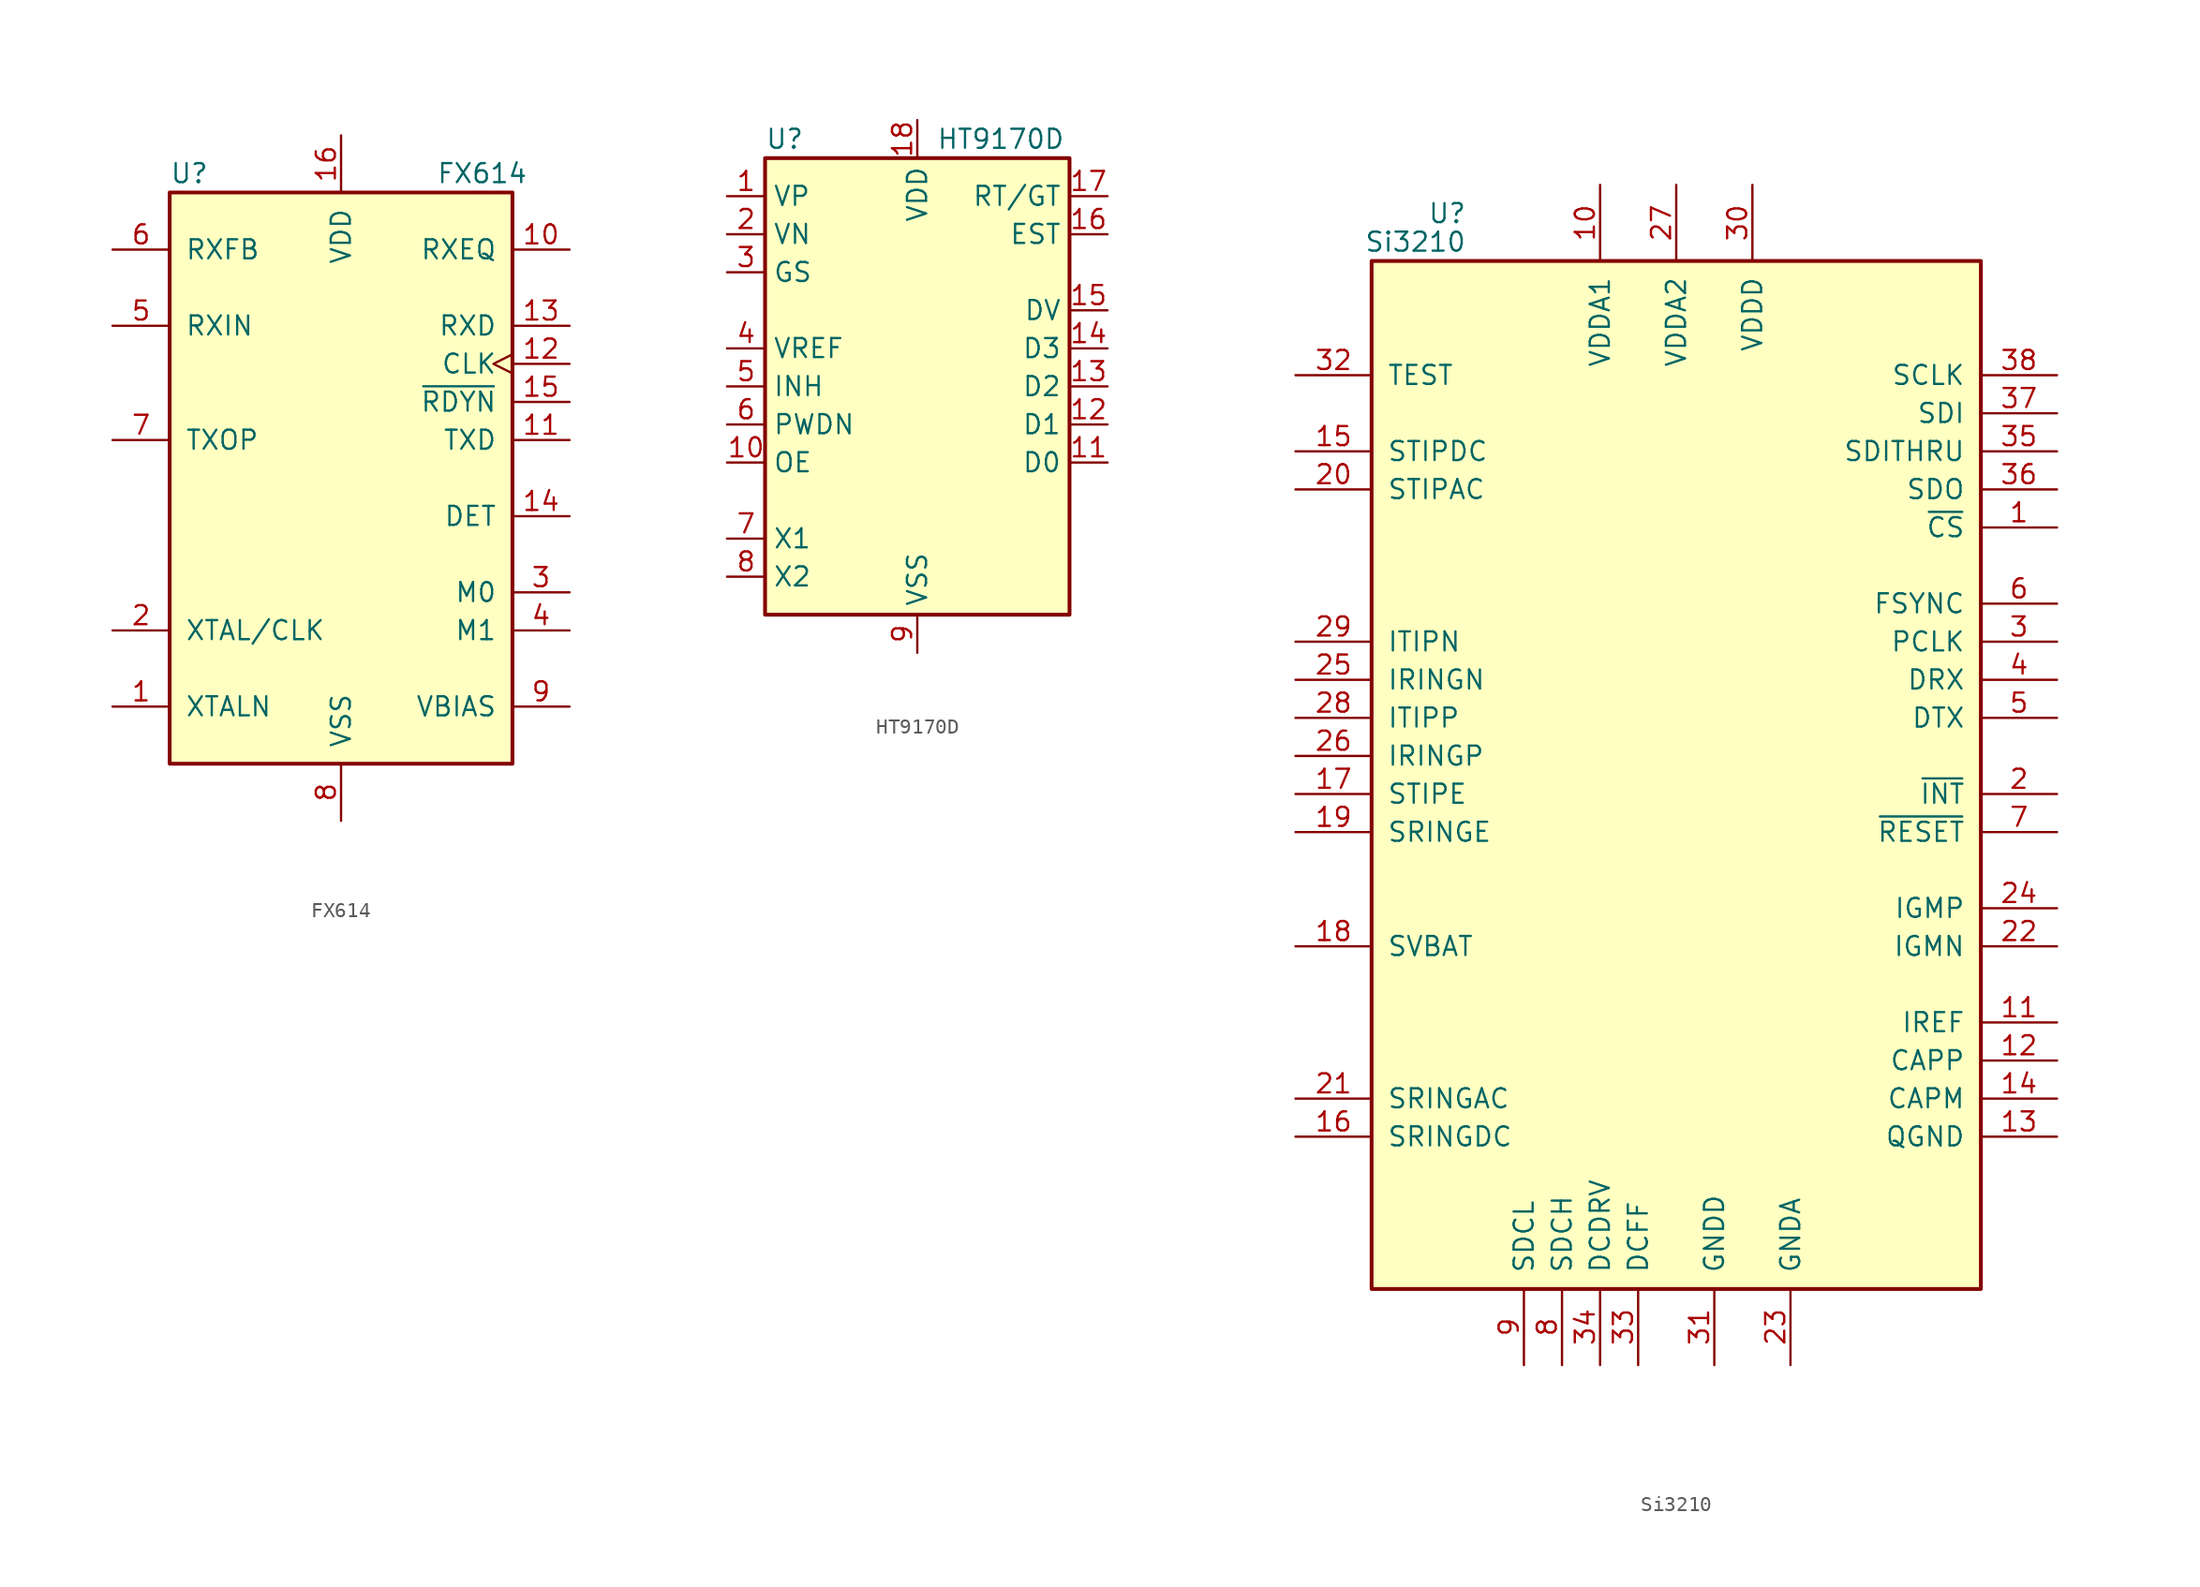
<source format=kicad_sym>
(kicad_symbol_lib
  (version 20241209)
  (generator "kicad_symbol_editor")
  (generator_version "9.0")
  (symbol "FX614"
    (pin_names
      (offset 1.016))
    (property "Reference" "U"
      (at -11.43 20.32 0)
      (effects (font (size 1.27 1.27)) (justify left)))
    (property "Value" "FX614"
      (at 6.35 20.32 0)
      (effects (font (size 1.27 1.27)) (justify left)))
    (symbol "FX614_0_1"
      (rectangle (start -11.43 19.05) (end 11.43 -19.05) (stroke (width 0.254) (type default)) (fill (type background))))
    (symbol "FX614_1_1"
      (pin output line (at -15.24 15.24 0) (length 3.81) (name "RXFB" (effects (font (size 1.27 1.27)))) (number "6" (effects (font (size 1.27 1.27)))))
      (pin input line (at -15.24 10.16 0) (length 3.81) (name "RXIN" (effects (font (size 1.27 1.27)))) (number "5" (effects (font (size 1.27 1.27)))))
      (pin output line (at -15.24 2.54 0) (length 3.81) (name "TXOP" (effects (font (size 1.27 1.27)))) (number "7" (effects (font (size 1.27 1.27)))))
      (pin input line (at -15.24 -10.16 0) (length 3.81) (name "XTAL/CLK" (effects (font (size 1.27 1.27)))) (number "2" (effects (font (size 1.27 1.27)))))
      (pin output line (at -15.24 -15.24 0) (length 3.81) (name "XTALN" (effects (font (size 1.27 1.27)))) (number "1" (effects (font (size 1.27 1.27)))))
      (pin power_in line (at 0 22.86 270) (length 3.81) (name "VDD" (effects (font (size 1.27 1.27)))) (number "16" (effects (font (size 1.27 1.27)))))
      (pin power_in line (at 0 -22.86 90) (length 3.81) (name "VSS" (effects (font (size 1.27 1.27)))) (number "8" (effects (font (size 1.27 1.27)))))
      (pin input line (at 15.24 15.24 180) (length 3.81) (name "RXEQ" (effects (font (size 1.27 1.27)))) (number "10" (effects (font (size 1.27 1.27)))))
      (pin output line (at 15.24 10.16 180) (length 3.81) (name "RXD" (effects (font (size 1.27 1.27)))) (number "13" (effects (font (size 1.27 1.27)))))
      (pin input clock (at 15.24 7.62 180) (length 3.81) (name "CLK" (effects (font (size 1.27 1.27)))) (number "12" (effects (font (size 1.27 1.27)))))
      (pin output line (at 15.24 5.08 180) (length 3.81) (name "~{RDYN}" (effects (font (size 1.27 1.27)))) (number "15" (effects (font (size 1.27 1.27)))))
      (pin input line (at 15.24 2.54 180) (length 3.81) (name "TXD" (effects (font (size 1.27 1.27)))) (number "11" (effects (font (size 1.27 1.27)))))
      (pin output line (at 15.24 -2.54 180) (length 3.81) (name "DET" (effects (font (size 1.27 1.27)))) (number "14" (effects (font (size 1.27 1.27)))))
      (pin input line (at 15.24 -7.62 180) (length 3.81) (name "M0" (effects (font (size 1.27 1.27)))) (number "3" (effects (font (size 1.27 1.27)))))
      (pin input line (at 15.24 -10.16 180) (length 3.81) (name "M1" (effects (font (size 1.27 1.27)))) (number "4" (effects (font (size 1.27 1.27)))))
      (pin passive line (at 15.24 -15.24 180) (length 3.81) (name "VBIAS" (effects (font (size 1.27 1.27)))) (number "9" (effects (font (size 1.27 1.27)))))))
  (symbol "HT9170D"
    (property "Reference" "U"
      (at -10.16 16.51 0)
      (effects (font (size 1.27 1.27)) (justify left)))
    (property "Value" "HT9170D"
      (at 1.27 16.51 0)
      (effects (font (size 1.27 1.27)) (justify left)))
    (symbol "HT9170D_0_1"
      (rectangle (start -10.16 15.24) (end 10.16 -15.24) (stroke (width 0.254) (type default)) (fill (type background))))
    (symbol "HT9170D_1_1"
      (pin input line (at -12.7 12.7 0) (length 2.54) (name "VP" (effects (font (size 1.27 1.27)))) (number "1" (effects (font (size 1.27 1.27)))))
      (pin input line (at -12.7 10.16 0) (length 2.54) (name "VN" (effects (font (size 1.27 1.27)))) (number "2" (effects (font (size 1.27 1.27)))))
      (pin output line (at -12.7 7.62 0) (length 2.54) (name "GS" (effects (font (size 1.27 1.27)))) (number "3" (effects (font (size 1.27 1.27)))))
      (pin power_out line (at -12.7 2.54 0) (length 2.54) (name "VREF" (effects (font (size 1.27 1.27)))) (number "4" (effects (font (size 1.27 1.27)))))
      (pin input line (at -12.7 0 0) (length 2.54) (name "INH" (effects (font (size 1.27 1.27)))) (number "5" (effects (font (size 1.27 1.27)))))
      (pin input line (at -12.7 -2.54 0) (length 2.54) (name "PWDN" (effects (font (size 1.27 1.27)))) (number "6" (effects (font (size 1.27 1.27)))))
      (pin input line (at -12.7 -5.08 0) (length 2.54) (name "OE" (effects (font (size 1.27 1.27)))) (number "10" (effects (font (size 1.27 1.27)))))
      (pin input line (at -12.7 -10.16 0) (length 2.54) (name "X1" (effects (font (size 1.27 1.27)))) (number "7" (effects (font (size 1.27 1.27)))))
      (pin output line (at -12.7 -12.7 0) (length 2.54) (name "X2" (effects (font (size 1.27 1.27)))) (number "8" (effects (font (size 1.27 1.27)))))
      (pin power_in line (at 0 17.78 270) (length 2.54) (name "VDD" (effects (font (size 1.27 1.27)))) (number "18" (effects (font (size 1.27 1.27)))))
      (pin power_in line (at 0 -17.78 90) (length 2.54) (name "VSS" (effects (font (size 1.27 1.27)))) (number "9" (effects (font (size 1.27 1.27)))))
      (pin bidirectional line (at 12.7 12.7 180) (length 2.54) (name "RT/GT" (effects (font (size 1.27 1.27)))) (number "17" (effects (font (size 1.27 1.27)))))
      (pin output line (at 12.7 10.16 180) (length 2.54) (name "EST" (effects (font (size 1.27 1.27)))) (number "16" (effects (font (size 1.27 1.27)))))
      (pin output line (at 12.7 5.08 180) (length 2.54) (name "DV" (effects (font (size 1.27 1.27)))) (number "15" (effects (font (size 1.27 1.27)))))
      (pin tri_state line (at 12.7 2.54 180) (length 2.54) (name "D3" (effects (font (size 1.27 1.27)))) (number "14" (effects (font (size 1.27 1.27)))))
      (pin tri_state line (at 12.7 0 180) (length 2.54) (name "D2" (effects (font (size 1.27 1.27)))) (number "13" (effects (font (size 1.27 1.27)))))
      (pin tri_state line (at 12.7 -2.54 180) (length 2.54) (name "D1" (effects (font (size 1.27 1.27)))) (number "12" (effects (font (size 1.27 1.27)))))
      (pin tri_state line (at 12.7 -5.08 180) (length 2.54) (name "D0" (effects (font (size 1.27 1.27)))) (number "11" (effects (font (size 1.27 1.27)))))))
  (symbol "Si3210"
    (pin_names
      (offset 1.016))
    (property "Reference" "U"
      (at -13.97 36.195 0)
      (effects (font (size 1.27 1.27)) (justify right)))
    (property "Value" "Si3210"
      (at -13.97 34.29 0)
      (effects (font (size 1.27 1.27)) (justify right)))
    (symbol "Si3210_0_1"
      (rectangle (start -20.32 33.02) (end 20.32 -35.56) (stroke (width 0.254) (type default)) (fill (type background))))
    (symbol "Si3210_1_1"
      (pin input line (at -25.4 25.4 0) (length 5.08) (name "TEST" (effects (font (size 1.27 1.27)))) (number "32" (effects (font (size 1.27 1.27)))))
      (pin input line (at -25.4 20.32 0) (length 5.08) (name "STIPDC" (effects (font (size 1.27 1.27)))) (number "15" (effects (font (size 1.27 1.27)))))
      (pin input line (at -25.4 17.78 0) (length 5.08) (name "STIPAC" (effects (font (size 1.27 1.27)))) (number "20" (effects (font (size 1.27 1.27)))))
      (pin input line (at -25.4 7.62 0) (length 5.08) (name "ITIPN" (effects (font (size 1.27 1.27)))) (number "29" (effects (font (size 1.27 1.27)))))
      (pin input line (at -25.4 5.08 0) (length 5.08) (name "IRINGN" (effects (font (size 1.27 1.27)))) (number "25" (effects (font (size 1.27 1.27)))))
      (pin input line (at -25.4 2.54 0) (length 5.08) (name "ITIPP" (effects (font (size 1.27 1.27)))) (number "28" (effects (font (size 1.27 1.27)))))
      (pin input line (at -25.4 0 0) (length 5.08) (name "IRINGP" (effects (font (size 1.27 1.27)))) (number "26" (effects (font (size 1.27 1.27)))))
      (pin input line (at -25.4 -2.54 0) (length 5.08) (name "STIPE" (effects (font (size 1.27 1.27)))) (number "17" (effects (font (size 1.27 1.27)))))
      (pin input line (at -25.4 -5.08 0) (length 5.08) (name "SRINGE" (effects (font (size 1.27 1.27)))) (number "19" (effects (font (size 1.27 1.27)))))
      (pin input line (at -25.4 -12.7 0) (length 5.08) (name "SVBAT" (effects (font (size 1.27 1.27)))) (number "18" (effects (font (size 1.27 1.27)))))
      (pin input line (at -25.4 -22.86 0) (length 5.08) (name "SRINGAC" (effects (font (size 1.27 1.27)))) (number "21" (effects (font (size 1.27 1.27)))))
      (pin input line (at -25.4 -25.4 0) (length 5.08) (name "SRINGDC" (effects (font (size 1.27 1.27)))) (number "16" (effects (font (size 1.27 1.27)))))
      (pin output line (at -10.16 -40.64 90) (length 5.08) (name "SDCL" (effects (font (size 1.27 1.27)))) (number "9" (effects (font (size 1.27 1.27)))))
      (pin output line (at -7.62 -40.64 90) (length 5.08) (name "SDCH" (effects (font (size 1.27 1.27)))) (number "8" (effects (font (size 1.27 1.27)))))
      (pin power_in line (at -5.08 38.1 270) (length 5.08) (name "VDDA1" (effects (font (size 1.27 1.27)))) (number "10" (effects (font (size 1.27 1.27)))))
      (pin output line (at -5.08 -40.64 90) (length 5.08) (name "DCDRV" (effects (font (size 1.27 1.27)))) (number "34" (effects (font (size 1.27 1.27)))))
      (pin output line (at -2.54 -40.64 90) (length 5.08) (name "DCFF" (effects (font (size 1.27 1.27)))) (number "33" (effects (font (size 1.27 1.27)))))
      (pin power_in line (at 0 38.1 270) (length 5.08) (name "VDDA2" (effects (font (size 1.27 1.27)))) (number "27" (effects (font (size 1.27 1.27)))))
      (pin power_in line (at 2.54 -40.64 90) (length 5.08) (name "GNDD" (effects (font (size 1.27 1.27)))) (number "31" (effects (font (size 1.27 1.27)))))
      (pin power_in line (at 5.08 38.1 270) (length 5.08) (name "VDDD" (effects (font (size 1.27 1.27)))) (number "30" (effects (font (size 1.27 1.27)))))
      (pin power_in line (at 7.62 -40.64 90) (length 5.08) (name "GNDA" (effects (font (size 1.27 1.27)))) (number "23" (effects (font (size 1.27 1.27)))))
      (pin input line (at 25.4 25.4 180) (length 5.08) (name "SCLK" (effects (font (size 1.27 1.27)))) (number "38" (effects (font (size 1.27 1.27)))))
      (pin input line (at 25.4 22.86 180) (length 5.08) (name "SDI" (effects (font (size 1.27 1.27)))) (number "37" (effects (font (size 1.27 1.27)))))
      (pin output line (at 25.4 20.32 180) (length 5.08) (name "SDITHRU" (effects (font (size 1.27 1.27)))) (number "35" (effects (font (size 1.27 1.27)))))
      (pin output line (at 25.4 17.78 180) (length 5.08) (name "SDO" (effects (font (size 1.27 1.27)))) (number "36" (effects (font (size 1.27 1.27)))))
      (pin input line (at 25.4 15.24 180) (length 5.08) (name "~{CS}" (effects (font (size 1.27 1.27)))) (number "1" (effects (font (size 1.27 1.27)))))
      (pin input line (at 25.4 10.16 180) (length 5.08) (name "FSYNC" (effects (font (size 1.27 1.27)))) (number "6" (effects (font (size 1.27 1.27)))))
      (pin input line (at 25.4 7.62 180) (length 5.08) (name "PCLK" (effects (font (size 1.27 1.27)))) (number "3" (effects (font (size 1.27 1.27)))))
      (pin input line (at 25.4 5.08 180) (length 5.08) (name "DRX" (effects (font (size 1.27 1.27)))) (number "4" (effects (font (size 1.27 1.27)))))
      (pin output line (at 25.4 2.54 180) (length 5.08) (name "DTX" (effects (font (size 1.27 1.27)))) (number "5" (effects (font (size 1.27 1.27)))))
      (pin output line (at 25.4 -2.54 180) (length 5.08) (name "~{INT}" (effects (font (size 1.27 1.27)))) (number "2" (effects (font (size 1.27 1.27)))))
      (pin input line (at 25.4 -5.08 180) (length 5.08) (name "~{RESET}" (effects (font (size 1.27 1.27)))) (number "7" (effects (font (size 1.27 1.27)))))
      (pin output line (at 25.4 -10.16 180) (length 5.08) (name "IGMP" (effects (font (size 1.27 1.27)))) (number "24" (effects (font (size 1.27 1.27)))))
      (pin output line (at 25.4 -12.7 180) (length 5.08) (name "IGMN" (effects (font (size 1.27 1.27)))) (number "22" (effects (font (size 1.27 1.27)))))
      (pin output line (at 25.4 -17.78 180) (length 5.08) (name "IREF" (effects (font (size 1.27 1.27)))) (number "11" (effects (font (size 1.27 1.27)))))
      (pin output line (at 25.4 -20.32 180) (length 5.08) (name "CAPP" (effects (font (size 1.27 1.27)))) (number "12" (effects (font (size 1.27 1.27)))))
      (pin output line (at 25.4 -22.86 180) (length 5.08) (name "CAPM" (effects (font (size 1.27 1.27)))) (number "14" (effects (font (size 1.27 1.27)))))
      (pin power_in line (at 25.4 -25.4 180) (length 5.08) (name "QGND" (effects (font (size 1.27 1.27)))) (number "13" (effects (font (size 1.27 1.27))))))))
</source>
